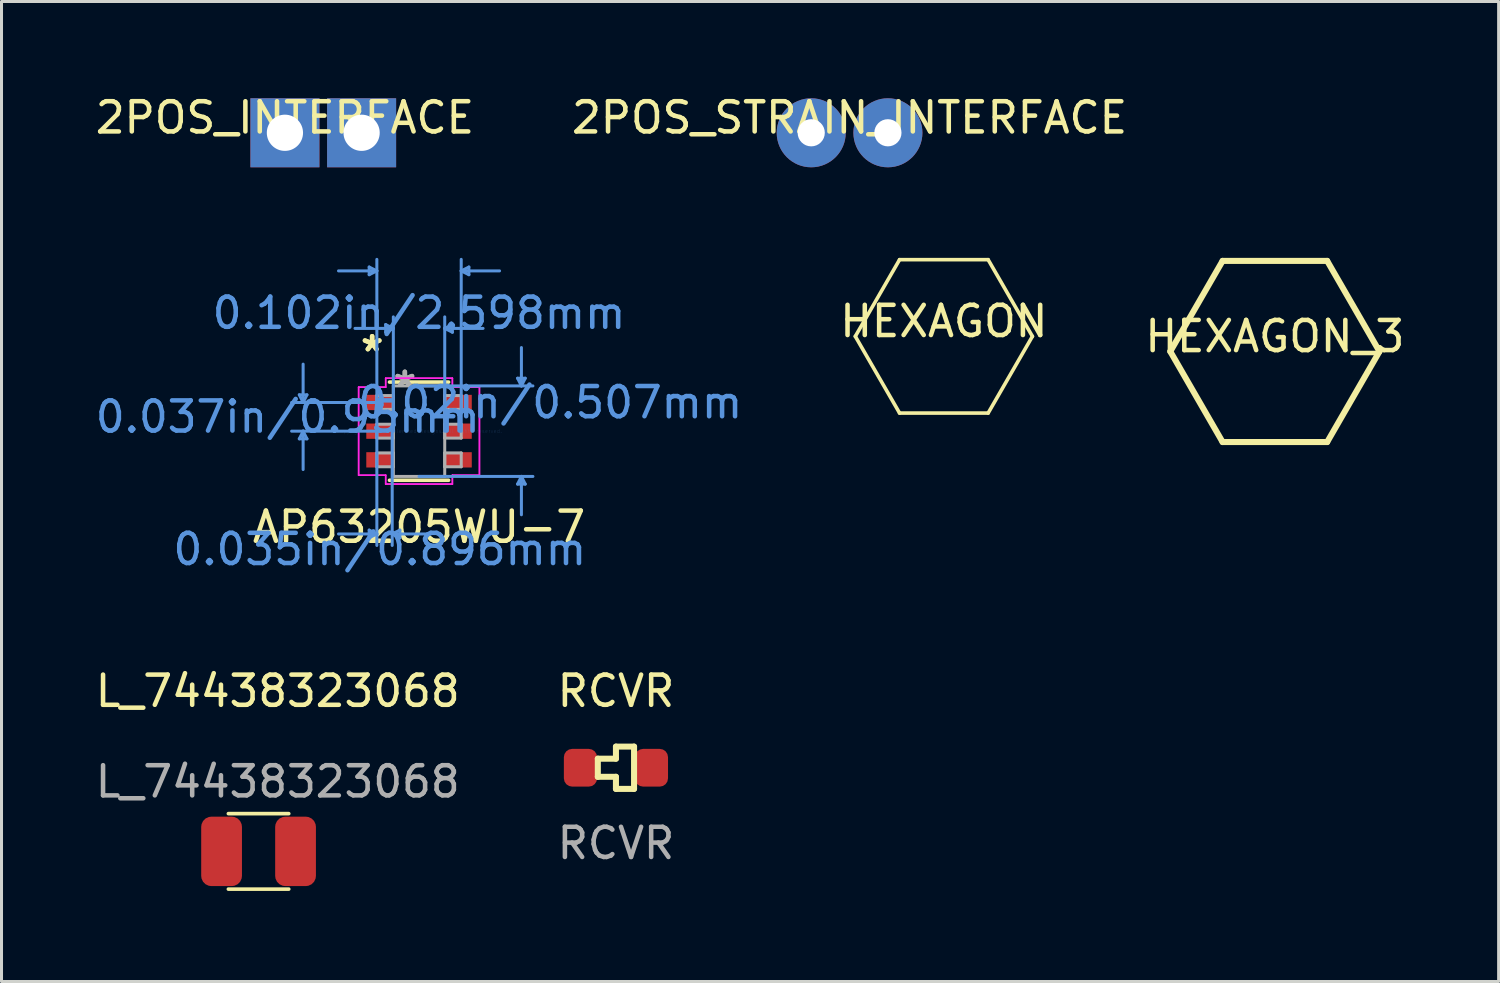
<source format=kicad_pcb>
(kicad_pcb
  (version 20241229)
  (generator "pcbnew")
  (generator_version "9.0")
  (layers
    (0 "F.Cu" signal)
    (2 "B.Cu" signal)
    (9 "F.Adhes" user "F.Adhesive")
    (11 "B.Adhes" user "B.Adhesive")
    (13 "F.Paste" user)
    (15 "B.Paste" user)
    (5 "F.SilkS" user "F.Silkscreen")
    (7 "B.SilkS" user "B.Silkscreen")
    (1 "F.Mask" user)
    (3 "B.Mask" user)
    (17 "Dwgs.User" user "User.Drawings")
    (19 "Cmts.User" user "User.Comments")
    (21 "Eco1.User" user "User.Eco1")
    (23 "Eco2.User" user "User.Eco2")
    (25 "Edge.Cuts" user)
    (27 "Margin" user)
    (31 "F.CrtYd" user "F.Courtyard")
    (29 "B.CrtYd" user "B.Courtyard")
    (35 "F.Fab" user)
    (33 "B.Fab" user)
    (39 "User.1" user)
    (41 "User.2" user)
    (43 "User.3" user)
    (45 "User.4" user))
  (footprint "L_74438323068"
    (layer "F.Cu")
    (at 5.514 25.149)
    (property "Reference" "L_74438323068" (at 0.635 -5.31 0) (unlocked yes) (layer "F.SilkS") (effects (font (size 1 1) (thickness 0.15))))
    (attr smd)
    (fp_line (start -1 -1.25) (end 1 -1.25) (stroke (width 0.12) (type solid)) (layer "F.SilkS"))
    (fp_line (start -1 1.25) (end 1 1.25) (stroke (width 0.12) (type solid)) (layer "F.SilkS"))
    (fp_text user "${REFERENCE}" (at 0.635 -2.31 0) (unlocked yes) (layer "F.Fab") (effects (font (size 1 1) (thickness 0.15))))
    (pad "1" smd roundrect (at -1.225 0) (size 1.35 2.3) (layers "F.Cu" "F.Mask" "F.Paste") (roundrect_rratio 0.25))
    (pad "2" smd roundrect (at 1.225 0) (size 1.35 2.3) (layers "F.Cu" "F.Mask" "F.Paste") (roundrect_rratio 0.25)))
  (footprint "2POS_STRAIN_INTERFACE"
    (layer "F.Cu")
    (at 25.089 1.348)
    (property "Reference" "2POS_STRAIN_INTERFACE" (at 0 -0.5 0) (unlocked yes) (layer "F.SilkS") (effects (font (size 1 1) (thickness 0.15))))
    (attr smd)
    (pad "1" thru_hole circle (at -1.27 0) (size 2.286 2.286) (drill 0.9) (layers "*.Cu" "*.Mask"))
    (pad "2" thru_hole circle (at 1.27 0) (size 2.286 2.286) (drill 0.9) (layers "*.Cu" "*.Mask")))
  (footprint "HEXAGON"
    (layer "F.Cu")
    (at 28.212 8.091)
    (property "Reference" "HEXAGON" (at 0 -0.5 0) (unlocked yes) (layer "F.SilkS") (effects (font (size 1 1) (thickness 0.15))))
    (attr smd)
    (fp_line (start -2.933 0) (end -1.467 2.54) (stroke (width 0.12) (type solid)) (layer "F.SilkS"))
    (fp_line (start -1.467 -2.54) (end -2.933 0) (stroke (width 0.12) (type solid)) (layer "F.SilkS"))
    (fp_line (start -1.467 2.54) (end 1.467 2.54) (stroke (width 0.12) (type solid)) (layer "F.SilkS"))
    (fp_line (start 1.467 -2.54) (end -1.467 -2.54) (stroke (width 0.12) (type solid)) (layer "F.SilkS"))
    (fp_line (start 2.933 0) (end 1.467 -2.54) (stroke (width 0.12) (type solid)) (layer "F.SilkS"))
    (fp_line (start 2.933 0) (end 1.467 2.54) (stroke (width 0.12) (type solid)) (layer "F.SilkS")))
  (footprint "RCVR"
    (layer "F.Cu")
    (at 17.351 22.379)
    (property "Reference" "RCVR" (at 0 -2.54 0) (unlocked yes) (layer "F.SilkS") (effects (font (size 1 1) (thickness 0.15))))
    (attr smd)
    (fp_line (start -0.6 -0.3) (end 0 -0.3) (stroke (width 0.2) (type solid)) (layer "F.SilkS"))
    (fp_line (start -0.6 0.3) (end -0.6 -0.3) (stroke (width 0.2) (type solid)) (layer "F.SilkS"))
    (fp_line (start 0 -0.7) (end 0.6 -0.7) (stroke (width 0.2) (type solid)) (layer "F.SilkS"))
    (fp_line (start 0 -0.3) (end 0 -0.7) (stroke (width 0.2) (type solid)) (layer "F.SilkS"))
    (fp_line (start 0 0.3) (end -0.6 0.3) (stroke (width 0.2) (type solid)) (layer "F.SilkS"))
    (fp_line (start 0 0.7) (end 0 0.3) (stroke (width 0.2) (type solid)) (layer "F.SilkS"))
    (fp_line (start 0.6 -0.7) (end 0.6 0.7) (stroke (width 0.2) (type solid)) (layer "F.SilkS"))
    (fp_line (start 0.6 0.7) (end 0 0.7) (stroke (width 0.2) (type solid)) (layer "F.SilkS"))
    (fp_text user "${REFERENCE}" (at 0 2.5 0) (unlocked yes) (layer "F.Fab") (effects (font (size 1 1) (thickness 0.15))))
    (pad "1" smd roundrect (at -1.175 0) (size 1.1 1.25) (layers "F.Cu" "F.Mask" "F.Paste") (roundrect_rratio 0.25))
    (pad "2" smd roundrect (at 1.175 0) (size 1.1 1.25) (layers "F.Cu" "F.Mask" "F.Paste") (roundrect_rratio 0.25)))
  (footprint "2POS_INTERFACE"
    (layer "F.Cu")
    (at 6.387 1.348)
    (property "Reference" "2POS_INTERFACE" (at 0 -0.5 0) (unlocked yes) (layer "F.SilkS") (effects (font (size 1 1) (thickness 0.15))))
    (attr smd)
    (pad "1" thru_hole rect (at 0 0) (size 2.286 2.286) (drill 1.2) (layers "*.Cu" "*.Mask"))
    (pad "2" thru_hole rect (at 2.54 0) (size 2.286 2.286) (drill 1.2) (layers "*.Cu" "*.Mask")))
  (footprint "AP63205WU-7"
    (layer "F.Cu")
    (at 10.829 11.231)
    (property "Reference" "AP63205WU-7" (at 0 3.175 0) (layer "F.SilkS") (effects (font (size 1 1) (thickness 0.15))))
    (attr through_hole)
    (fp_line (start -0.978 1.626) (end 0.978 1.626) (stroke (width 0.12) (type solid)) (layer "F.SilkS"))
    (fp_line (start 0.978 -1.626) (end -0.978 -1.626) (stroke (width 0.12) (type solid)) (layer "F.SilkS"))
    (fp_line (start -3.966 -1.204) (end -3.712 -1.204) (stroke (width 0.1) (type solid)) (layer "Cmts.User"))
    (fp_line (start -3.966 0.254) (end -3.712 0.254) (stroke (width 0.1) (type solid)) (layer "Cmts.User"))
    (fp_line (start -3.839 -0.95) (end -3.966 -1.204) (stroke (width 0.1) (type solid)) (layer "Cmts.User"))
    (fp_line (start -3.839 -0.95) (end -3.839 -2.22) (stroke (width 0.1) (type solid)) (layer "Cmts.User"))
    (fp_line (start -3.839 -0.95) (end -3.712 -1.204) (stroke (width 0.1) (type solid)) (layer "Cmts.User"))
    (fp_line (start -3.839 0) (end -3.966 0.254) (stroke (width 0.1) (type solid)) (layer "Cmts.User"))
    (fp_line (start -3.839 0) (end -3.839 1.27) (stroke (width 0.1) (type solid)) (layer "Cmts.User"))
    (fp_line (start -3.839 0) (end -3.712 0.254) (stroke (width 0.1) (type solid)) (layer "Cmts.User"))
    (fp_line (start -1.651 -5.436) (end -1.651 -5.182) (stroke (width 0.1) (type solid)) (layer "Cmts.User"))
    (fp_line (start -1.651 3.277) (end -1.651 3.531) (stroke (width 0.1) (type solid)) (layer "Cmts.User"))
    (fp_line (start -1.397 -5.309) (end -2.667 -5.309) (stroke (width 0.1) (type solid)) (layer "Cmts.User"))
    (fp_line (start -1.397 -5.309) (end -1.651 -5.436) (stroke (width 0.1) (type solid)) (layer "Cmts.User"))
    (fp_line (start -1.397 -5.309) (end -1.651 -5.182) (stroke (width 0.1) (type solid)) (layer "Cmts.User"))
    (fp_line (start -1.397 0) (end -1.397 -5.69) (stroke (width 0.1) (type solid)) (layer "Cmts.User"))
    (fp_line (start -1.397 0) (end -1.397 3.785) (stroke (width 0.1) (type solid)) (layer "Cmts.User"))
    (fp_line (start -1.397 3.404) (end -2.667 3.404) (stroke (width 0.1) (type solid)) (layer "Cmts.User"))
    (fp_line (start -1.397 3.404) (end -1.651 3.277) (stroke (width 0.1) (type solid)) (layer "Cmts.User"))
    (fp_line (start -1.397 3.404) (end -1.651 3.531) (stroke (width 0.1) (type solid)) (layer "Cmts.User"))
    (fp_line (start -1.299 -0.95) (end -4.22 -0.95) (stroke (width 0.1) (type solid)) (layer "Cmts.User"))
    (fp_line (start -1.299 0) (end -4.22 0) (stroke (width 0.1) (type solid)) (layer "Cmts.User"))
    (fp_line (start -1.105 -3.531) (end -1.105 -3.277) (stroke (width 0.1) (type solid)) (layer "Cmts.User"))
    (fp_line (start -0.889 0) (end -0.889 3.785) (stroke (width 0.1) (type solid)) (layer "Cmts.User"))
    (fp_line (start -0.889 3.404) (end -0.635 3.277) (stroke (width 0.1) (type solid)) (layer "Cmts.User"))
    (fp_line (start -0.889 3.404) (end -0.635 3.531) (stroke (width 0.1) (type solid)) (layer "Cmts.User"))
    (fp_line (start -0.889 3.404) (end 0.381 3.404) (stroke (width 0.1) (type solid)) (layer "Cmts.User"))
    (fp_line (start -0.851 -3.404) (end -2.121 -3.404) (stroke (width 0.1) (type solid)) (layer "Cmts.User"))
    (fp_line (start -0.851 -3.404) (end -1.105 -3.531) (stroke (width 0.1) (type solid)) (layer "Cmts.User"))
    (fp_line (start -0.851 -3.404) (end -1.105 -3.277) (stroke (width 0.1) (type solid)) (layer "Cmts.User"))
    (fp_line (start -0.851 0) (end -0.851 -3.785) (stroke (width 0.1) (type solid)) (layer "Cmts.User"))
    (fp_line (start -0.635 3.277) (end -0.635 3.531) (stroke (width 0.1) (type solid)) (layer "Cmts.User"))
    (fp_line (start 0 -1.499) (end 3.772 -1.499) (stroke (width 0.1) (type solid)) (layer "Cmts.User"))
    (fp_line (start 0 1.499) (end 3.772 1.499) (stroke (width 0.1) (type solid)) (layer "Cmts.User"))
    (fp_line (start 0.851 -3.404) (end 1.105 -3.531) (stroke (width 0.1) (type solid)) (layer "Cmts.User"))
    (fp_line (start 0.851 -3.404) (end 1.105 -3.277) (stroke (width 0.1) (type solid)) (layer "Cmts.User"))
    (fp_line (start 0.851 -3.404) (end 2.121 -3.404) (stroke (width 0.1) (type solid)) (layer "Cmts.User"))
    (fp_line (start 0.851 0) (end 0.851 -3.785) (stroke (width 0.1) (type solid)) (layer "Cmts.User"))
    (fp_line (start 1.105 -3.531) (end 1.105 -3.277) (stroke (width 0.1) (type solid)) (layer "Cmts.User"))
    (fp_line (start 1.397 -5.309) (end 1.651 -5.436) (stroke (width 0.1) (type solid)) (layer "Cmts.User"))
    (fp_line (start 1.397 -5.309) (end 1.651 -5.182) (stroke (width 0.1) (type solid)) (layer "Cmts.User"))
    (fp_line (start 1.397 -5.309) (end 2.667 -5.309) (stroke (width 0.1) (type solid)) (layer "Cmts.User"))
    (fp_line (start 1.397 0) (end 1.397 -5.69) (stroke (width 0.1) (type solid)) (layer "Cmts.User"))
    (fp_line (start 1.651 -5.436) (end 1.651 -5.182) (stroke (width 0.1) (type solid)) (layer "Cmts.User"))
    (fp_line (start 3.264 -1.753) (end 3.518 -1.753) (stroke (width 0.1) (type solid)) (layer "Cmts.User"))
    (fp_line (start 3.264 1.753) (end 3.518 1.753) (stroke (width 0.1) (type solid)) (layer "Cmts.User"))
    (fp_line (start 3.391 -1.499) (end 3.264 -1.753) (stroke (width 0.1) (type solid)) (layer "Cmts.User"))
    (fp_line (start 3.391 -1.499) (end 3.391 -2.769) (stroke (width 0.1) (type solid)) (layer "Cmts.User"))
    (fp_line (start 3.391 -1.499) (end 3.518 -1.753) (stroke (width 0.1) (type solid)) (layer "Cmts.User"))
    (fp_line (start 3.391 1.499) (end 3.264 1.753) (stroke (width 0.1) (type solid)) (layer "Cmts.User"))
    (fp_line (start 3.391 1.499) (end 3.391 2.769) (stroke (width 0.1) (type solid)) (layer "Cmts.User"))
    (fp_line (start 3.391 1.499) (end 3.518 1.753) (stroke (width 0.1) (type solid)) (layer "Cmts.User"))
    (fp_line (start -2.001 -1.458) (end -1.105 -1.458) (stroke (width 0.05) (type solid)) (layer "F.CrtYd"))
    (fp_line (start -2.001 -1.458) (end -1.105 -1.458) (stroke (width 0.05) (type solid)) (layer "F.CrtYd"))
    (fp_line (start -2.001 1.458) (end -2.001 -1.458) (stroke (width 0.05) (type solid)) (layer "F.CrtYd"))
    (fp_line (start -2.001 1.458) (end -2.001 -1.458) (stroke (width 0.05) (type solid)) (layer "F.CrtYd"))
    (fp_line (start -2.001 1.458) (end -1.105 1.458) (stroke (width 0.05) (type solid)) (layer "F.CrtYd"))
    (fp_line (start -1.105 -1.753) (end 1.105 -1.753) (stroke (width 0.05) (type solid)) (layer "F.CrtYd"))
    (fp_line (start -1.105 -1.753) (end 1.105 -1.753) (stroke (width 0.05) (type solid)) (layer "F.CrtYd"))
    (fp_line (start -1.105 -1.458) (end -1.105 -1.753) (stroke (width 0.05) (type solid)) (layer "F.CrtYd"))
    (fp_line (start -1.105 -1.458) (end -1.105 -1.753) (stroke (width 0.05) (type solid)) (layer "F.CrtYd"))
    (fp_line (start -1.105 1.458) (end -2.001 1.458) (stroke (width 0.05) (type solid)) (layer "F.CrtYd"))
    (fp_line (start -1.105 1.753) (end -1.105 1.458) (stroke (width 0.05) (type solid)) (layer "F.CrtYd"))
    (fp_line (start -1.105 1.753) (end -1.105 1.458) (stroke (width 0.05) (type solid)) (layer "F.CrtYd"))
    (fp_line (start 1.105 -1.753) (end 1.105 -1.458) (stroke (width 0.05) (type solid)) (layer "F.CrtYd"))
    (fp_line (start 1.105 -1.753) (end 1.105 -1.458) (stroke (width 0.05) (type solid)) (layer "F.CrtYd"))
    (fp_line (start 1.105 -1.458) (end 2.001 -1.458) (stroke (width 0.05) (type solid)) (layer "F.CrtYd"))
    (fp_line (start 1.105 1.458) (end 1.105 1.753) (stroke (width 0.05) (type solid)) (layer "F.CrtYd"))
    (fp_line (start 1.105 1.458) (end 1.105 1.753) (stroke (width 0.05) (type solid)) (layer "F.CrtYd"))
    (fp_line (start 1.105 1.753) (end -1.105 1.753) (stroke (width 0.05) (type solid)) (layer "F.CrtYd"))
    (fp_line (start 1.105 1.753) (end -1.105 1.753) (stroke (width 0.05) (type solid)) (layer "F.CrtYd"))
    (fp_line (start 2.001 -1.458) (end 1.105 -1.458) (stroke (width 0.05) (type solid)) (layer "F.CrtYd"))
    (fp_line (start 2.001 -1.458) (end 2.001 1.458) (stroke (width 0.05) (type solid)) (layer "F.CrtYd"))
    (fp_line (start 2.001 -1.458) (end 2.001 1.458) (stroke (width 0.05) (type solid)) (layer "F.CrtYd"))
    (fp_line (start 2.001 1.458) (end 1.105 1.458) (stroke (width 0.05) (type solid)) (layer "F.CrtYd"))
    (fp_line (start 2.001 1.458) (end 1.105 1.458) (stroke (width 0.05) (type solid)) (layer "F.CrtYd"))
    (fp_line (start -1.397 -1.179) (end -1.397 -0.721) (stroke (width 0.1) (type solid)) (layer "F.Fab"))
    (fp_line (start -1.397 -0.721) (end -0.851 -0.721) (stroke (width 0.1) (type solid)) (layer "F.Fab"))
    (fp_line (start -1.397 -0.229) (end -1.397 0.229) (stroke (width 0.1) (type solid)) (layer "F.Fab"))
    (fp_line (start -1.397 0.229) (end -0.851 0.229) (stroke (width 0.1) (type solid)) (layer "F.Fab"))
    (fp_line (start -1.397 0.721) (end -1.397 1.179) (stroke (width 0.1) (type solid)) (layer "F.Fab"))
    (fp_line (start -1.397 1.179) (end -0.851 1.179) (stroke (width 0.1) (type solid)) (layer "F.Fab"))
    (fp_line (start -0.851 -1.499) (end -0.851 1.499) (stroke (width 0.1) (type solid)) (layer "F.Fab"))
    (fp_line (start -0.851 -1.179) (end -1.397 -1.179) (stroke (width 0.1) (type solid)) (layer "F.Fab"))
    (fp_line (start -0.851 -0.721) (end -0.851 -1.179) (stroke (width 0.1) (type solid)) (layer "F.Fab"))
    (fp_line (start -0.851 -0.229) (end -1.397 -0.229) (stroke (width 0.1) (type solid)) (layer "F.Fab"))
    (fp_line (start -0.851 0.229) (end -0.851 -0.229) (stroke (width 0.1) (type solid)) (layer "F.Fab"))
    (fp_line (start -0.851 0.721) (end -1.397 0.721) (stroke (width 0.1) (type solid)) (layer "F.Fab"))
    (fp_line (start -0.851 1.179) (end -0.851 0.721) (stroke (width 0.1) (type solid)) (layer "F.Fab"))
    (fp_line (start -0.851 1.499) (end 0.851 1.499) (stroke (width 0.1) (type solid)) (layer "F.Fab"))
    (fp_line (start 0.851 -1.499) (end -0.851 -1.499) (stroke (width 0.1) (type solid)) (layer "F.Fab"))
    (fp_line (start 0.851 -1.179) (end 0.851 -0.721) (stroke (width 0.1) (type solid)) (layer "F.Fab"))
    (fp_line (start 0.851 -0.721) (end 1.397 -0.721) (stroke (width 0.1) (type solid)) (layer "F.Fab"))
    (fp_line (start 0.851 -0.229) (end 0.851 0.229) (stroke (width 0.1) (type solid)) (layer "F.Fab"))
    (fp_line (start 0.851 0.229) (end 1.397 0.229) (stroke (width 0.1) (type solid)) (layer "F.Fab"))
    (fp_line (start 0.851 0.721) (end 0.851 1.179) (stroke (width 0.1) (type solid)) (layer "F.Fab"))
    (fp_line (start 0.851 1.179) (end 1.397 1.179) (stroke (width 0.1) (type solid)) (layer "F.Fab"))
    (fp_line (start 0.851 1.499) (end 0.851 -1.499) (stroke (width 0.1) (type solid)) (layer "F.Fab"))
    (fp_line (start 1.397 -1.179) (end 0.851 -1.179) (stroke (width 0.1) (type solid)) (layer "F.Fab"))
    (fp_line (start 1.397 -0.721) (end 1.397 -1.179) (stroke (width 0.1) (type solid)) (layer "F.Fab"))
    (fp_line (start 1.397 -0.229) (end 0.851 -0.229) (stroke (width 0.1) (type solid)) (layer "F.Fab"))
    (fp_line (start 1.397 0.229) (end 1.397 -0.229) (stroke (width 0.1) (type solid)) (layer "F.Fab"))
    (fp_line (start 1.397 0.721) (end 0.851 0.721) (stroke (width 0.1) (type solid)) (layer "F.Fab"))
    (fp_line (start 1.397 1.179) (end 1.397 0.721) (stroke (width 0.1) (type solid)) (layer "F.Fab"))
    (fp_text user "*" (at -1.553 -2.6 0) (layer "F.SilkS") (effects (font (size 1 1) (thickness 0.15))))
    (fp_text user "*" (at -1.553 -2.6 0) (layer "F.SilkS") (effects (font (size 1 1) (thickness 0.15))))
    (fp_text user "0.102in/2.598mm" (at 0 -3.912 0) (layer "Cmts.User") (effects (font (size 1 1) (thickness 0.15))))
    (fp_text user "Copyright 2021 Accelerated Designs. All rights reserved." (at 0 0 0) (layer "Cmts.User") (effects (font (size 0.127 0.127) (thickness 0.002))))
    (fp_text user "0.02in/0.507mm" (at 4.347 -0.95 0) (layer "Cmts.User") (effects (font (size 1 1) (thickness 0.15))))
    (fp_text user "0.035in/0.896mm" (at -1.299 3.912 0) (layer "Cmts.User") (effects (font (size 1 1) (thickness 0.15))))
    (fp_text user "0.037in/0.95mm" (at -4.347 -0.475 0) (layer "Cmts.User") (effects (font (size 1 1) (thickness 0.15))))
    (fp_text user "*" (at -0.47 -1.422 0) (layer "F.Fab") (effects (font (size 1 1) (thickness 0.15))))
    (fp_text user "*" (at -0.47 -1.422 0) (layer "F.Fab") (effects (font (size 1 1) (thickness 0.15))))
    (pad "1" smd rect (at -1.299 -0.95) (size 0.896 0.507) (layers "F.Cu" "F.Mask" "F.Paste"))
    (pad "2" smd rect (at -1.299 0) (size 0.896 0.507) (layers "F.Cu" "F.Mask" "F.Paste"))
    (pad "3" smd rect (at -1.299 0.95) (size 0.896 0.507) (layers "F.Cu" "F.Mask" "F.Paste"))
    (pad "4" smd rect (at 1.299 0.95) (size 0.896 0.507) (layers "F.Cu" "F.Mask" "F.Paste"))
    (pad "5" smd rect (at 1.299 0) (size 0.896 0.507) (layers "F.Cu" "F.Mask" "F.Paste"))
    (pad "6" smd rect (at 1.299 -0.95) (size 0.896 0.507) (layers "F.Cu" "F.Mask" "F.Paste")))
  (footprint "HEXAGON_3"
    (layer "F.Cu")
    (at 39.176 8.591)
    (property "Reference" "HEXAGON_3" (at 0 -0.5 0) (unlocked yes) (layer "F.SilkS") (effects (font (size 1 1) (thickness 0.15))))
    (attr smd)
    (fp_line (start -3.464 0) (end -1.732 3) (stroke (width 0.2) (type solid)) (layer "F.SilkS"))
    (fp_line (start -1.732 -3) (end -3.464 0) (stroke (width 0.2) (type solid)) (layer "F.SilkS"))
    (fp_line (start -1.732 3) (end 1.732 3) (stroke (width 0.2) (type solid)) (layer "F.SilkS"))
    (fp_line (start 1.732 -3) (end -1.732 -3) (stroke (width 0.2) (type solid)) (layer "F.SilkS"))
    (fp_line (start 3.464 0) (end 1.732 -3) (stroke (width 0.2) (type solid)) (layer "F.SilkS"))
    (fp_line (start 3.464 0) (end 1.732 3) (stroke (width 0.2) (type solid)) (layer "F.SilkS")))
  (gr_rect
    (start -3 -3)
    (end 46.587 29.459)
    (stroke (width 0.1) (type default))
    (fill no)
    (layer "Edge.Cuts")))
</source>
